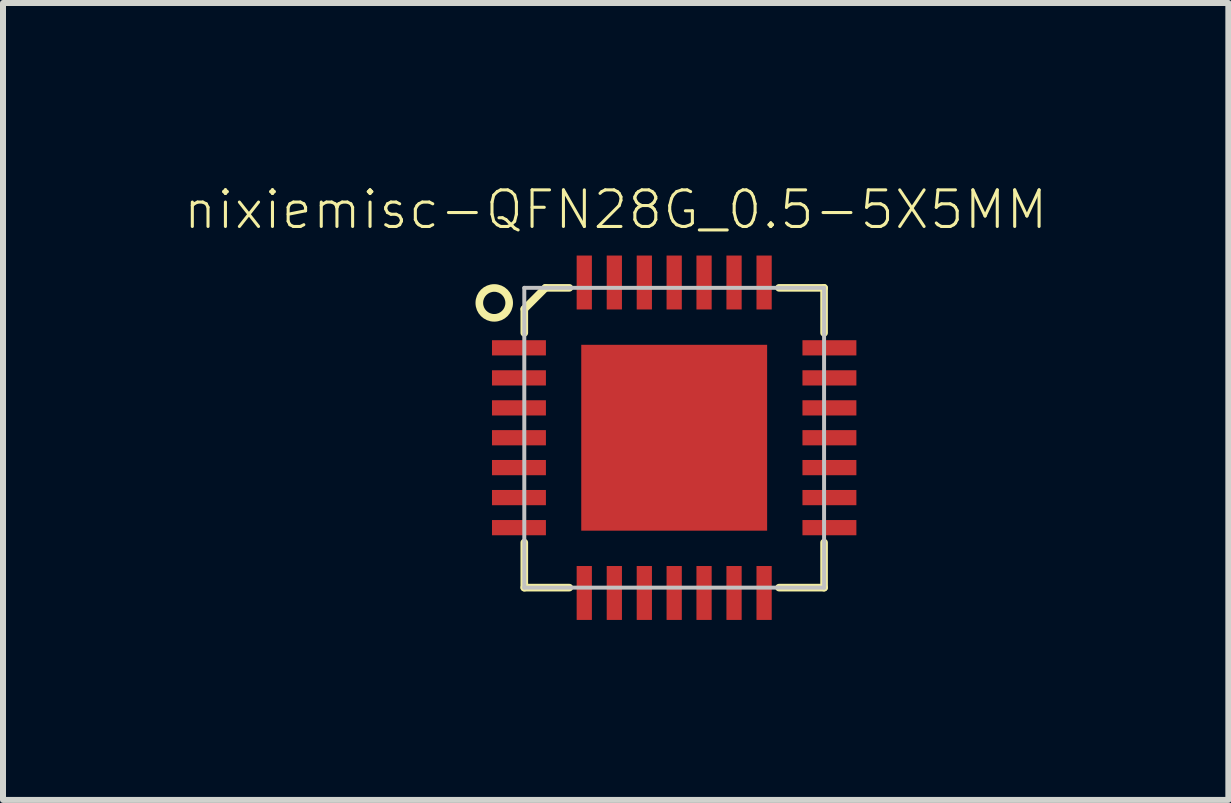
<source format=kicad_pcb>
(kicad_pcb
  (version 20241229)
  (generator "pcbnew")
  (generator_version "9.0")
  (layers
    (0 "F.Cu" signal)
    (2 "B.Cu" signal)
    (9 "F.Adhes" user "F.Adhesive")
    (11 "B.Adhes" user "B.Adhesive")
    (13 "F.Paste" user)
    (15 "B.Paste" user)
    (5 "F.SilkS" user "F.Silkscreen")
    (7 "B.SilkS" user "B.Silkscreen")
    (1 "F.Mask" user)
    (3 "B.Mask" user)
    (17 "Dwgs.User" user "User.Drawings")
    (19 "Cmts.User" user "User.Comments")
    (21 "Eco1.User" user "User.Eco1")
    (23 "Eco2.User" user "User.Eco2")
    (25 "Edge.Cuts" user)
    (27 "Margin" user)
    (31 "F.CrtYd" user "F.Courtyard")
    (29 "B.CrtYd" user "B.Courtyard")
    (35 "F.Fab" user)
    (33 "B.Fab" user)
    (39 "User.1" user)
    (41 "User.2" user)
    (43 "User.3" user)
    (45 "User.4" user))
  (footprint "nixiemisc-QFN28G_0.5-5X5MM"
    (layer "F.Cu")
    (at 8.19 4.248)
    (property "Reference" "nixiemisc-QFN28G_0.5-5X5MM" (at -0.975 -3.802 0) (unlocked yes) (layer "F.SilkS") (effects (font (size 0.61 0.61) (thickness 0.051))))
    (attr smd)
    (fp_line (start -2.499 -2.146) (end -2.499 -1.748) (stroke (width 0.127) (type solid)) (layer "F.SilkS"))
    (fp_line (start -2.499 1.748) (end -2.499 2.499) (stroke (width 0.127) (type solid)) (layer "F.SilkS"))
    (fp_line (start -2.499 2.499) (end -1.748 2.499) (stroke (width 0.127) (type solid)) (layer "F.SilkS"))
    (fp_line (start -2.146 -2.499) (end -2.499 -2.146) (stroke (width 0.127) (type solid)) (layer "F.SilkS"))
    (fp_line (start -1.748 -2.499) (end -2.146 -2.499) (stroke (width 0.127) (type solid)) (layer "F.SilkS"))
    (fp_line (start 1.748 -2.499) (end 2.499 -2.499) (stroke (width 0.127) (type solid)) (layer "F.SilkS"))
    (fp_line (start 1.748 2.499) (end 2.499 2.499) (stroke (width 0.127) (type solid)) (layer "F.SilkS"))
    (fp_line (start 2.499 -2.499) (end 2.499 -1.748) (stroke (width 0.127) (type solid)) (layer "F.SilkS"))
    (fp_line (start 2.499 2.499) (end 2.499 1.748) (stroke (width 0.127) (type solid)) (layer "F.SilkS"))
    (fp_circle (center -3 -2.248) (end -3 -2.497) (stroke (width 0.127) (type solid)) (fill no) (layer "F.SilkS"))
    (fp_line (start -1.499 -1.499) (end -0.249 -1.499) (stroke (width 0.066) (type solid)) (layer "F.Paste"))
    (fp_line (start -1.499 -0.249) (end -1.499 -1.499) (stroke (width 0.066) (type solid)) (layer "F.Paste"))
    (fp_line (start -1.499 -0.249) (end -0.249 -0.249) (stroke (width 0.066) (type solid)) (layer "F.Paste"))
    (fp_line (start -1.499 0.249) (end -0.249 0.249) (stroke (width 0.066) (type solid)) (layer "F.Paste"))
    (fp_line (start -1.499 1.499) (end -1.499 0.249) (stroke (width 0.066) (type solid)) (layer "F.Paste"))
    (fp_line (start -1.499 1.499) (end -0.249 1.499) (stroke (width 0.066) (type solid)) (layer "F.Paste"))
    (fp_line (start -0.249 -0.249) (end -0.249 -1.499) (stroke (width 0.066) (type solid)) (layer "F.Paste"))
    (fp_line (start -0.249 1.499) (end -0.249 0.249) (stroke (width 0.066) (type solid)) (layer "F.Paste"))
    (fp_line (start 0.249 -1.499) (end 1.499 -1.499) (stroke (width 0.066) (type solid)) (layer "F.Paste"))
    (fp_line (start 0.249 -0.249) (end 0.249 -1.499) (stroke (width 0.066) (type solid)) (layer "F.Paste"))
    (fp_line (start 0.249 -0.249) (end 1.499 -0.249) (stroke (width 0.066) (type solid)) (layer "F.Paste"))
    (fp_line (start 0.249 0.249) (end 1.499 0.249) (stroke (width 0.066) (type solid)) (layer "F.Paste"))
    (fp_line (start 0.249 1.499) (end 0.249 0.249) (stroke (width 0.066) (type solid)) (layer "F.Paste"))
    (fp_line (start 0.249 1.499) (end 1.499 1.499) (stroke (width 0.066) (type solid)) (layer "F.Paste"))
    (fp_line (start 1.499 -0.249) (end 1.499 -1.499) (stroke (width 0.066) (type solid)) (layer "F.Paste"))
    (fp_line (start 1.499 1.499) (end 1.499 0.249) (stroke (width 0.066) (type solid)) (layer "F.Paste"))
    (fp_line (start -2.499 -2.499) (end 2.499 -2.499) (stroke (width 0.066) (type solid)) (layer "Dwgs.User"))
    (fp_line (start -2.499 2.499) (end -2.499 -2.499) (stroke (width 0.066) (type solid)) (layer "Dwgs.User"))
    (fp_line (start -2.499 2.499) (end 2.499 2.499) (stroke (width 0.066) (type solid)) (layer "Dwgs.User"))
    (fp_line (start 2.499 2.499) (end 2.499 -2.499) (stroke (width 0.066) (type solid)) (layer "Dwgs.User"))
    (pad "1" smd rect (at -2.588 -1.499) (size 0.899 0.254) (layers "F.Cu" "F.Mask" "F.Paste"))
    (pad "2" smd rect (at -2.588 -0.998) (size 0.899 0.254) (layers "F.Cu" "F.Mask" "F.Paste"))
    (pad "3" smd rect (at -2.588 -0.498) (size 0.899 0.254) (layers "F.Cu" "F.Mask" "F.Paste"))
    (pad "4" smd rect (at -2.588 0) (size 0.899 0.254) (layers "F.Cu" "F.Mask" "F.Paste"))
    (pad "5" smd rect (at -2.588 0.498) (size 0.899 0.254) (layers "F.Cu" "F.Mask" "F.Paste"))
    (pad "6" smd rect (at -2.588 0.998) (size 0.899 0.254) (layers "F.Cu" "F.Mask" "F.Paste"))
    (pad "7" smd rect (at -2.588 1.499) (size 0.899 0.254) (layers "F.Cu" "F.Mask" "F.Paste"))
    (pad "8" smd rect (at -1.499 2.588 90) (size 0.899 0.254) (layers "F.Cu" "F.Mask" "F.Paste"))
    (pad "9" smd rect (at -0.998 2.588 90) (size 0.899 0.254) (layers "F.Cu" "F.Mask" "F.Paste"))
    (pad "10" smd rect (at -0.498 2.588 90) (size 0.899 0.254) (layers "F.Cu" "F.Mask" "F.Paste"))
    (pad "11" smd rect (at 0 2.588 90) (size 0.899 0.254) (layers "F.Cu" "F.Mask" "F.Paste"))
    (pad "12" smd rect (at 0.498 2.588 90) (size 0.899 0.254) (layers "F.Cu" "F.Mask" "F.Paste"))
    (pad "13" smd rect (at 0.998 2.588 90) (size 0.899 0.254) (layers "F.Cu" "F.Mask" "F.Paste"))
    (pad "14" smd rect (at 1.499 2.588 90) (size 0.899 0.254) (layers "F.Cu" "F.Mask" "F.Paste"))
    (pad "15" smd rect (at 2.588 1.499 180) (size 0.899 0.254) (layers "F.Cu" "F.Mask" "F.Paste"))
    (pad "16" smd rect (at 2.588 0.998 180) (size 0.899 0.254) (layers "F.Cu" "F.Mask" "F.Paste"))
    (pad "17" smd rect (at 2.588 0.498 180) (size 0.899 0.254) (layers "F.Cu" "F.Mask" "F.Paste"))
    (pad "18" smd rect (at 2.588 0 180) (size 0.899 0.254) (layers "F.Cu" "F.Mask" "F.Paste"))
    (pad "19" smd rect (at 2.588 -0.498 180) (size 0.899 0.254) (layers "F.Cu" "F.Mask" "F.Paste"))
    (pad "20" smd rect (at 2.588 -0.998 180) (size 0.899 0.254) (layers "F.Cu" "F.Mask" "F.Paste"))
    (pad "21" smd rect (at 2.588 -1.499 180) (size 0.899 0.254) (layers "F.Cu" "F.Mask" "F.Paste"))
    (pad "22" smd rect (at 1.499 -2.588 270) (size 0.899 0.254) (layers "F.Cu" "F.Mask" "F.Paste"))
    (pad "23" smd rect (at 0.998 -2.588 270) (size 0.899 0.254) (layers "F.Cu" "F.Mask" "F.Paste"))
    (pad "24" smd rect (at 0.498 -2.588 270) (size 0.899 0.254) (layers "F.Cu" "F.Mask" "F.Paste"))
    (pad "25" smd rect (at 0 -2.588 270) (size 0.899 0.254) (layers "F.Cu" "F.Mask" "F.Paste"))
    (pad "26" smd rect (at -0.498 -2.588 270) (size 0.899 0.254) (layers "F.Cu" "F.Mask" "F.Paste"))
    (pad "27" smd rect (at -0.998 -2.588 270) (size 0.899 0.254) (layers "F.Cu" "F.Mask" "F.Paste"))
    (pad "28" smd rect (at -1.499 -2.588 270) (size 0.899 0.254) (layers "F.Cu" "F.Mask" "F.Paste"))
    (pad "29" smd rect (at 0 0) (size 3.099 3.099) (layers "F.Cu" "F.Mask" "F.Paste")))
  (gr_rect
    (start -3 -3)
    (end 17.429 10.286)
    (stroke (width 0.1) (type default))
    (fill no)
    (layer "Edge.Cuts")))
</source>
